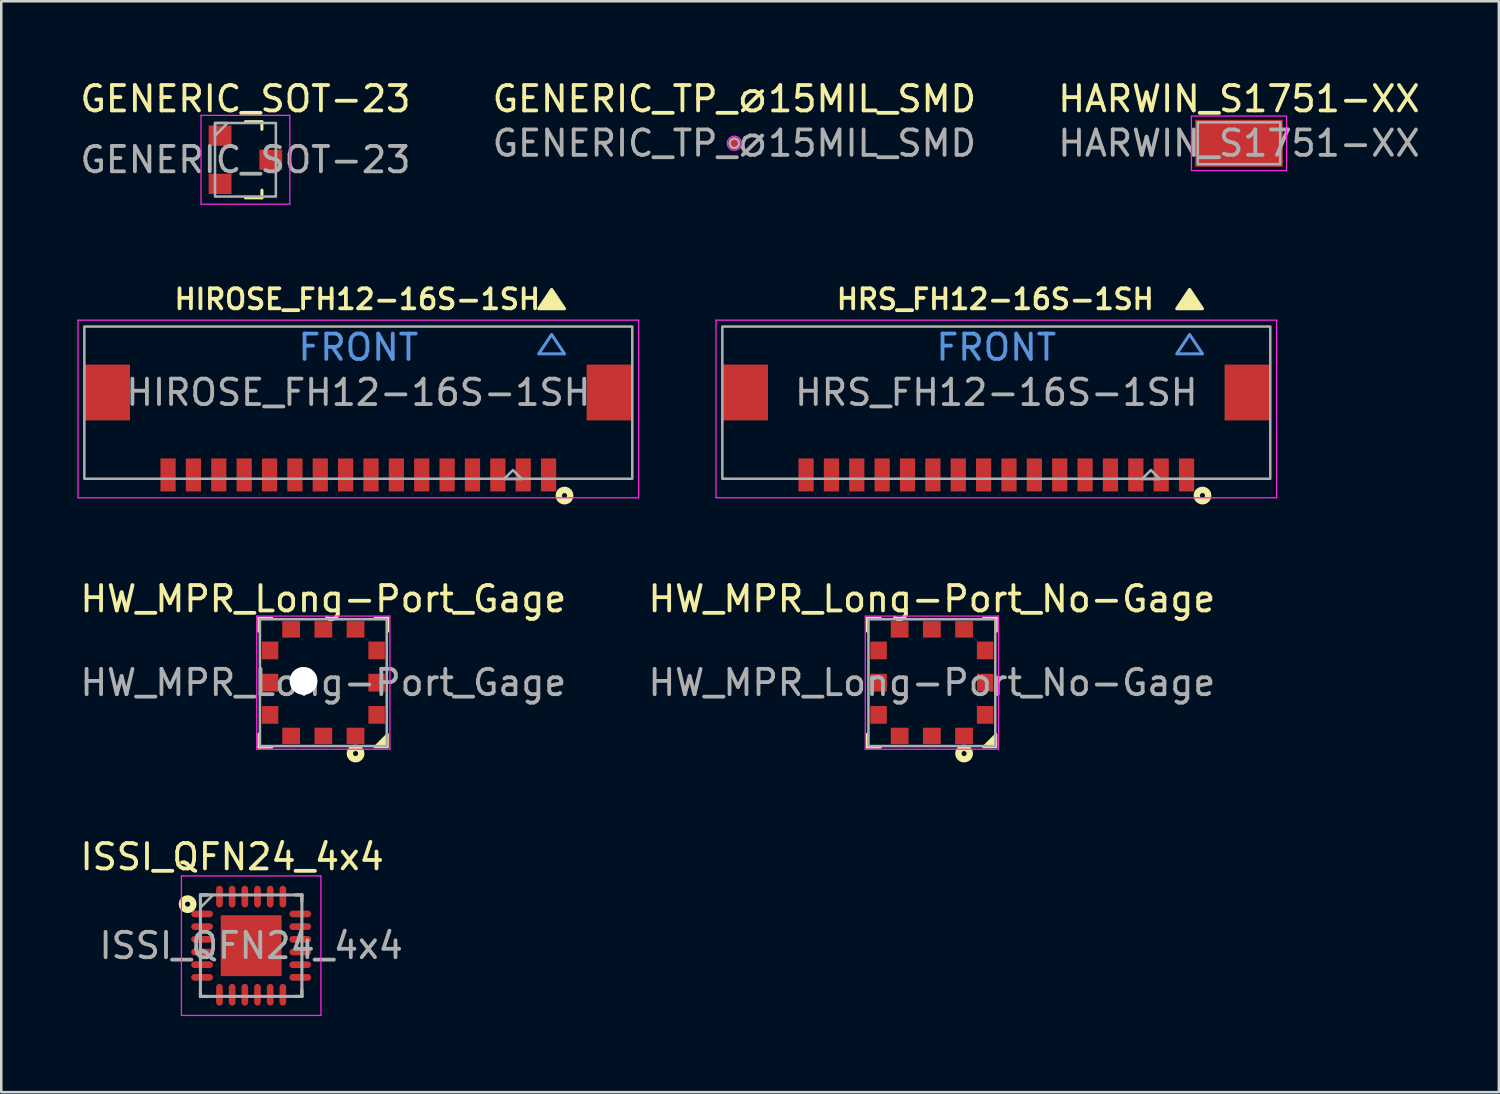
<source format=kicad_pcb>
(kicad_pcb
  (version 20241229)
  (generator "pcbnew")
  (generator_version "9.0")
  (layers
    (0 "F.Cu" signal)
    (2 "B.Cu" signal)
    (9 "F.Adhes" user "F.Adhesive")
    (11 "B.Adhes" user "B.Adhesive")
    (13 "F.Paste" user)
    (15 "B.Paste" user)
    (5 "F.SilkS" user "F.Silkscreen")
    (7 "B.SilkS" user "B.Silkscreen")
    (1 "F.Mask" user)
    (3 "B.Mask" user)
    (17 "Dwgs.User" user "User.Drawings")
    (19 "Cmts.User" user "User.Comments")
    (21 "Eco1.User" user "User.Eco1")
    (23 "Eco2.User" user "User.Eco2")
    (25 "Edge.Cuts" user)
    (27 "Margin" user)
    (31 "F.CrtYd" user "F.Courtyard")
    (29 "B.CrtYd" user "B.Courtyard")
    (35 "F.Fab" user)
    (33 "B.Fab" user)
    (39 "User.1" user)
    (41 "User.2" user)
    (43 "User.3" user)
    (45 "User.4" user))
  (footprint "GENERIC_TP_⌀15MIL_SMD"
    (layer "F.Cu")
    (at 25.899 2.598)
    (property "Reference" "GENERIC_TP_⌀15MIL_SMD" (at 0 -1.75 0) (unlocked yes) (layer "F.SilkS") (effects (font (size 1 1) (thickness 0.15))))
    (attr smd exclude_from_bom)
    (fp_circle (center 0 0) (end 0.279 0) (stroke (width 0.05) (type default)) (fill no) (layer "F.CrtYd"))
    (fp_circle (center 0 0) (end 0.191 0) (stroke (width 0.1) (type default)) (fill no) (layer "F.Fab"))
    (fp_text user "${REFERENCE}" (at 0 0 0) (unlocked yes) (layer "F.Fab") (effects (font (size 1 1) (thickness 0.15))))
    (pad "1" smd circle (at 0 0) (size 0.381 0.381) (layers "F.Cu" "F.Mask")))
  (footprint "ISSI_QFN24_4x4"
    (layer "F.Cu")
    (at 6.851 34.229)
    (property "Reference" "ISSI_QFN24_4x4" (at -0.75 -3.5 0) (unlocked yes) (layer "F.SilkS") (effects (font (size 1 1) (thickness 0.15))))
    (attr smd)
    (fp_line (start -2 -2) (end -1.75 -2) (stroke (width 0.12) (type solid)) (layer "F.SilkS"))
    (fp_line (start -2 -1.75) (end -2 -2) (stroke (width 0.12) (type solid)) (layer "F.SilkS"))
    (fp_line (start -2 2) (end -2 1.75) (stroke (width 0.12) (type solid)) (layer "F.SilkS"))
    (fp_line (start -1.75 2) (end -2 2) (stroke (width 0.12) (type solid)) (layer "F.SilkS"))
    (fp_line (start 1.75 -2) (end 2 -2) (stroke (width 0.12) (type solid)) (layer "F.SilkS"))
    (fp_line (start 2 -2) (end 2 -1.75) (stroke (width 0.12) (type solid)) (layer "F.SilkS"))
    (fp_line (start 2 1.75) (end 2 2) (stroke (width 0.12) (type solid)) (layer "F.SilkS"))
    (fp_line (start 2 2) (end 1.75 2) (stroke (width 0.12) (type solid)) (layer "F.SilkS"))
    (fp_circle (center -2.504 -1.636) (end -2.404 -1.636) (stroke (width 0.25) (type solid)) (fill no) (layer "F.SilkS"))
    (fp_rect (start -1 -1) (end -0.25 -0.25) (stroke (width 0.05) (type solid)) (fill yes) (layer "F.Paste"))
    (fp_rect (start -1 0.25) (end -0.25 1) (stroke (width 0.05) (type solid)) (fill yes) (layer "F.Paste"))
    (fp_rect (start 0.25 -1) (end 1 -0.25) (stroke (width 0.05) (type solid)) (fill yes) (layer "F.Paste"))
    (fp_rect (start 0.25 0.25) (end 1 1) (stroke (width 0.05) (type solid)) (fill yes) (layer "F.Paste"))
    (fp_line (start -2.75 2.75) (end -2.75 -2.75) (stroke (width 0.05) (type solid)) (layer "F.CrtYd"))
    (fp_line (start 2.75 -2.75) (end -2.75 -2.75) (stroke (width 0.05) (type solid)) (layer "F.CrtYd"))
    (fp_line (start 2.75 2.75) (end -2.75 2.75) (stroke (width 0.05) (type solid)) (layer "F.CrtYd"))
    (fp_line (start 2.75 2.75) (end 2.75 -2.75) (stroke (width 0.05) (type solid)) (layer "F.CrtYd"))
    (fp_line (start -2 -2) (end -2 2) (stroke (width 0.12) (type solid)) (layer "F.Fab"))
    (fp_line (start 2 -2) (end -2 -2) (stroke (width 0.12) (type solid)) (layer "F.Fab"))
    (fp_line (start 2 -2) (end 2 2) (stroke (width 0.12) (type solid)) (layer "F.Fab"))
    (fp_line (start 2 2) (end -2 2) (stroke (width 0.12) (type solid)) (layer "F.Fab"))
    (fp_poly (pts (xy -2 -1.5) (xy -2 -2) (xy -1.5 -2)) (stroke (width 0.1) (type solid)) (fill no) (layer "F.Fab"))
    (fp_text user "${REFERENCE}" (at 0 0 0) (unlocked yes) (layer "F.Fab") (effects (font (size 1 1) (thickness 0.15))))
    (pad "1" smd roundrect (at -1.935 -1.25) (size 0.86 0.264) (layers "F.Cu" "F.Mask" "F.Paste") (roundrect_rratio 0.5))
    (pad "2" smd roundrect (at -1.935 -0.75) (size 0.86 0.264) (layers "F.Cu" "F.Mask" "F.Paste") (roundrect_rratio 0.5))
    (pad "3" smd roundrect (at -1.935 -0.25) (size 0.86 0.264) (layers "F.Cu" "F.Mask" "F.Paste") (roundrect_rratio 0.5))
    (pad "4" smd roundrect (at -1.935 0.25) (size 0.86 0.264) (layers "F.Cu" "F.Mask" "F.Paste") (roundrect_rratio 0.5))
    (pad "5" smd roundrect (at -1.935 0.75) (size 0.86 0.264) (layers "F.Cu" "F.Mask" "F.Paste") (roundrect_rratio 0.5))
    (pad "6" smd roundrect (at -1.935 1.25) (size 0.86 0.264) (layers "F.Cu" "F.Mask" "F.Paste") (roundrect_rratio 0.5))
    (pad "7" smd roundrect (at -1.25 1.935 270) (size 0.86 0.264) (layers "F.Cu" "F.Mask" "F.Paste") (roundrect_rratio 0.5))
    (pad "8" smd roundrect (at -0.75 1.935 270) (size 0.86 0.264) (layers "F.Cu" "F.Mask" "F.Paste") (roundrect_rratio 0.5))
    (pad "9" smd roundrect (at -0.25 1.935 270) (size 0.86 0.264) (layers "F.Cu" "F.Mask" "F.Paste") (roundrect_rratio 0.5))
    (pad "10" smd roundrect (at 0.25 1.935 270) (size 0.86 0.264) (layers "F.Cu" "F.Mask" "F.Paste") (roundrect_rratio 0.5))
    (pad "11" smd roundrect (at 0.75 1.935 270) (size 0.86 0.264) (layers "F.Cu" "F.Mask" "F.Paste") (roundrect_rratio 0.5))
    (pad "12" smd roundrect (at 1.25 1.935 270) (size 0.86 0.264) (layers "F.Cu" "F.Mask" "F.Paste") (roundrect_rratio 0.5))
    (pad "13" smd roundrect (at 1.935 1.25 180) (size 0.86 0.264) (layers "F.Cu" "F.Mask" "F.Paste") (roundrect_rratio 0.5))
    (pad "14" smd roundrect (at 1.935 0.75 180) (size 0.86 0.264) (layers "F.Cu" "F.Mask" "F.Paste") (roundrect_rratio 0.5))
    (pad "15" smd roundrect (at 1.935 0.25 180) (size 0.86 0.264) (layers "F.Cu" "F.Mask" "F.Paste") (roundrect_rratio 0.5))
    (pad "16" smd roundrect (at 1.935 -0.25 180) (size 0.86 0.264) (layers "F.Cu" "F.Mask" "F.Paste") (roundrect_rratio 0.5))
    (pad "17" smd roundrect (at 1.935 -0.75 180) (size 0.86 0.264) (layers "F.Cu" "F.Mask" "F.Paste") (roundrect_rratio 0.5))
    (pad "18" smd roundrect (at 1.935 -1.25 180) (size 0.86 0.264) (layers "F.Cu" "F.Mask" "F.Paste") (roundrect_rratio 0.5))
    (pad "19" smd roundrect (at 1.25 -1.935 270) (size 0.86 0.264) (layers "F.Cu" "F.Mask" "F.Paste") (roundrect_rratio 0.5))
    (pad "20" smd roundrect (at 0.75 -1.935 270) (size 0.86 0.264) (layers "F.Cu" "F.Mask" "F.Paste") (roundrect_rratio 0.5))
    (pad "21" smd roundrect (at 0.25 -1.935 270) (size 0.86 0.264) (layers "F.Cu" "F.Mask" "F.Paste") (roundrect_rratio 0.5))
    (pad "22" smd roundrect (at -0.25 -1.935 270) (size 0.86 0.264) (layers "F.Cu" "F.Mask" "F.Paste") (roundrect_rratio 0.5))
    (pad "23" smd roundrect (at -0.75 -1.935 270) (size 0.86 0.264) (layers "F.Cu" "F.Mask" "F.Paste") (roundrect_rratio 0.5))
    (pad "24" smd roundrect (at -1.25 -1.935 270) (size 0.86 0.264) (layers "F.Cu" "F.Mask" "F.Paste") (roundrect_rratio 0.5))
    (pad "PAD" smd rect (at 0 0) (size 2.4 2.4) (layers "F.Cu" "F.Mask")))
  (footprint "GENERIC_SOT-23"
    (layer "F.Cu")
    (at 6.625 3.248)
    (property "Reference" "GENERIC_SOT-23" (at 0 -2.4 0) (unlocked yes) (layer "F.SilkS") (effects (font (size 1 1) (thickness 0.15))))
    (attr smd)
    (fp_line (start 0 -1.5) (end 0.65 -1.5) (stroke (width 0.12) (type solid)) (layer "F.SilkS"))
    (fp_line (start 0.65 -1.5) (end 0.65 -1.2) (stroke (width 0.12) (type solid)) (layer "F.SilkS"))
    (fp_line (start 0.65 1.5) (end 0 1.5) (stroke (width 0.12) (type solid)) (layer "F.SilkS"))
    (fp_line (start 0.65 1.5) (end 0.65 1.2) (stroke (width 0.12) (type solid)) (layer "F.SilkS"))
    (fp_line (start -1.75 1.75) (end -1.75 -1.75) (stroke (width 0.05) (type solid)) (layer "F.CrtYd"))
    (fp_line (start 1.75 -1.75) (end -1.75 -1.75) (stroke (width 0.05) (type solid)) (layer "F.CrtYd"))
    (fp_line (start 1.75 1.75) (end -1.75 1.75) (stroke (width 0.05) (type solid)) (layer "F.CrtYd"))
    (fp_line (start 1.75 1.75) (end 1.75 -1.75) (stroke (width 0.05) (type solid)) (layer "F.CrtYd"))
    (fp_rect (start -1.2 -1.45) (end 1.2 1.45) (stroke (width 0.1) (type solid)) (fill no) (layer "F.Fab"))
    (fp_poly (pts (xy -1.2 -0.95) (xy -1.2 -1.45) (xy -0.7 -1.45)) (stroke (width 0.1) (type solid)) (fill no) (layer "F.Fab"))
    (fp_text user "${REFERENCE}" (at 0 0 0) (unlocked yes) (layer "F.Fab") (effects (font (size 1 1) (thickness 0.15))))
    (pad "1" smd rect (at -1 -0.95) (size 0.9 0.8) (layers "F.Cu" "F.Mask" "F.Paste"))
    (pad "2" smd rect (at -1 0.95) (size 0.9 0.8) (layers "F.Cu" "F.Mask" "F.Paste"))
    (pad "3" smd rect (at 1 0) (size 0.9 0.8) (layers "F.Cu" "F.Mask" "F.Paste")))
  (footprint "HW_MPR_Long-Port_Gage"
    (layer "F.Cu")
    (at 9.696 23.861)
    (property "Reference" "HW_MPR_Long-Port_Gage" (at 0 -3.302 0) (unlocked yes) (layer "F.SilkS") (effects (font (size 1 1) (thickness 0.15))))
    (attr smd)
    (fp_line (start -2.54 -2.54) (end -2.54 -2.032) (stroke (width 0.12) (type default)) (layer "F.SilkS"))
    (fp_line (start -2.54 2.54) (end -2.54 2.032) (stroke (width 0.12) (type default)) (layer "F.SilkS"))
    (fp_line (start -2.032 -2.54) (end -2.54 -2.54) (stroke (width 0.12) (type default)) (layer "F.SilkS"))
    (fp_line (start -2.032 2.54) (end -2.54 2.54) (stroke (width 0.12) (type default)) (layer "F.SilkS"))
    (fp_line (start 2.032 -2.54) (end 2.54 -2.54) (stroke (width 0.12) (type default)) (layer "F.SilkS"))
    (fp_line (start 2.54 -2.54) (end 2.54 -2.032) (stroke (width 0.12) (type default)) (layer "F.SilkS"))
    (fp_circle (center 1.27 2.794) (end 1.37 2.794) (stroke (width 0.25) (type solid)) (fill no) (layer "F.SilkS"))
    (fp_poly (pts (xy 2.532 2.04) (xy 2.532 2.54) (xy 2.032 2.54)) (stroke (width 0.1) (type solid)) (fill yes) (layer "F.SilkS"))
    (fp_line (start -2.625 -2.625) (end 2.625 -2.625) (stroke (width 0.05) (type solid)) (layer "F.CrtYd"))
    (fp_line (start -2.625 2.625) (end -2.625 -2.625) (stroke (width 0.05) (type solid)) (layer "F.CrtYd"))
    (fp_line (start -2.625 2.625) (end 2.625 2.625) (stroke (width 0.05) (type solid)) (layer "F.CrtYd"))
    (fp_line (start 2.625 2.625) (end 2.625 -2.625) (stroke (width 0.05) (type solid)) (layer "F.CrtYd"))
    (fp_rect (start -2.5 2.5) (end 2.5 -2.5) (stroke (width 0.1) (type solid)) (fill no) (layer "F.Fab"))
    (fp_text user "${REFERENCE}" (at 0 0 0) (unlocked yes) (layer "F.Fab") (effects (font (size 1 1) (thickness 0.15))))
    (pad "" np_thru_hole circle (at -0.78 -0.07) (size 1.1 1.1) (drill 1.1) (layers "*.Cu" "*.Mask"))
    (pad "1" smd rect (at 1.27 2.1) (size 0.7 0.65) (layers "F.Cu" "F.Mask" "F.Paste"))
    (pad "2" smd rect (at 0 2.1) (size 0.7 0.65) (layers "F.Cu" "F.Mask" "F.Paste"))
    (pad "3" smd rect (at -1.27 2.1) (size 0.7 0.65) (layers "F.Cu" "F.Mask" "F.Paste"))
    (pad "4" smd rect (at -2.1 1.27 270) (size 0.7 0.65) (layers "F.Cu" "F.Mask" "F.Paste"))
    (pad "5" smd rect (at -2.1 0 270) (size 0.7 0.65) (layers "F.Cu" "F.Mask" "F.Paste"))
    (pad "6" smd rect (at -2.1 -1.27 270) (size 0.7 0.65) (layers "F.Cu" "F.Mask" "F.Paste"))
    (pad "7" smd rect (at -1.27 -2.1 180) (size 0.7 0.65) (layers "F.Cu" "F.Mask" "F.Paste"))
    (pad "8" smd rect (at 0 -2.1 180) (size 0.7 0.65) (layers "F.Cu" "F.Mask" "F.Paste"))
    (pad "9" smd rect (at 1.27 -2.1 180) (size 0.7 0.65) (layers "F.Cu" "F.Mask" "F.Paste"))
    (pad "10" smd rect (at 2.1 -1.27 90) (size 0.7 0.65) (layers "F.Cu" "F.Mask" "F.Paste"))
    (pad "11" smd rect (at 2.1 0 90) (size 0.7 0.65) (layers "F.Cu" "F.Mask" "F.Paste"))
    (pad "12" smd rect (at 2.1 1.27 90) (size 0.7 0.65) (layers "F.Cu" "F.Mask" "F.Paste")))
  (footprint "HIROSE_FH12-16S-1SH"
    (layer "F.Cu")
    (at 11.075 12.422)
    (property "Reference" "HIROSE_FH12-16S-1SH" (at -0.04 -3.675 0) (layer "F.SilkS") (effects (font (size 0.787 0.787) (thickness 0.15))))
    (attr smd)
    (fp_circle (center 8.128 4.064) (end 8.228 4.064) (stroke (width 0.25) (type solid)) (fill no) (layer "F.SilkS"))
    (fp_poly (pts (xy 7.62 -4.064) (xy 7.112 -3.302) (xy 8.128 -3.302)) (stroke (width 0.12) (type solid)) (fill yes) (layer "F.SilkS"))
    (fp_poly (pts (xy 7.62 -2.286) (xy 7.112 -1.524) (xy 8.128 -1.524)) (stroke (width 0.12) (type solid)) (fill no) (layer "Cmts.User"))
    (fp_line (start -11.05 -2.85) (end 11.05 -2.85) (stroke (width 0.05) (type solid)) (layer "F.CrtYd"))
    (fp_line (start -11.05 4.15) (end -11.05 -2.85) (stroke (width 0.05) (type solid)) (layer "F.CrtYd"))
    (fp_line (start -11.05 4.15) (end 11.05 4.15) (stroke (width 0.05) (type solid)) (layer "F.CrtYd"))
    (fp_line (start 11.05 4.15) (end 11.05 -2.85) (stroke (width 0.05) (type solid)) (layer "F.CrtYd"))
    (fp_rect (start -10.8 -2.6) (end 10.8 3.4) (stroke (width 0.1) (type solid)) (fill no) (layer "F.Fab"))
    (fp_poly (pts (xy 5.741 3.414) (xy 6.095 3.06) (xy 6.449 3.414)) (stroke (width 0.1) (type solid)) (fill no) (layer "F.Fab"))
    (fp_text user "FRONT" (at 0 -1.778 0) (unlocked yes) (layer "Cmts.User") (effects (font (size 1 1) (thickness 0.15))))
    (fp_text user "${REFERENCE}" (at 0 0 0) (unlocked yes) (layer "F.Fab") (effects (font (size 1 1) (thickness 0.15))))
    (pad "1" smd rect (at 7.5 3.25) (size 0.6 1.3) (layers "F.Cu" "F.Mask" "F.Paste"))
    (pad "2" smd rect (at 6.5 3.25) (size 0.6 1.3) (layers "F.Cu" "F.Mask" "F.Paste"))
    (pad "3" smd rect (at 5.5 3.25) (size 0.6 1.3) (layers "F.Cu" "F.Mask" "F.Paste"))
    (pad "4" smd rect (at 4.5 3.25) (size 0.6 1.3) (layers "F.Cu" "F.Mask" "F.Paste"))
    (pad "5" smd rect (at 3.5 3.25) (size 0.6 1.3) (layers "F.Cu" "F.Mask" "F.Paste"))
    (pad "6" smd rect (at 2.5 3.25) (size 0.6 1.3) (layers "F.Cu" "F.Mask" "F.Paste"))
    (pad "7" smd rect (at 1.5 3.25) (size 0.6 1.3) (layers "F.Cu" "F.Mask" "F.Paste"))
    (pad "8" smd rect (at 0.5 3.25) (size 0.6 1.3) (layers "F.Cu" "F.Mask" "F.Paste"))
    (pad "9" smd rect (at -0.5 3.25) (size 0.6 1.3) (layers "F.Cu" "F.Mask" "F.Paste"))
    (pad "10" smd rect (at -1.5 3.25) (size 0.6 1.3) (layers "F.Cu" "F.Mask" "F.Paste"))
    (pad "11" smd rect (at -2.5 3.25) (size 0.6 1.3) (layers "F.Cu" "F.Mask" "F.Paste"))
    (pad "12" smd rect (at -3.5 3.25) (size 0.6 1.3) (layers "F.Cu" "F.Mask" "F.Paste"))
    (pad "13" smd rect (at -4.5 3.25) (size 0.6 1.3) (layers "F.Cu" "F.Mask" "F.Paste"))
    (pad "14" smd rect (at -5.5 3.25) (size 0.6 1.3) (layers "F.Cu" "F.Mask" "F.Paste"))
    (pad "15" smd rect (at -6.5 3.25) (size 0.6 1.3) (layers "F.Cu" "F.Mask" "F.Paste"))
    (pad "16" smd rect (at -7.5 3.25) (size 0.6 1.3) (layers "F.Cu" "F.Mask" "F.Paste"))
    (pad "MP1" smd rect (at 9.9 0) (size 1.8 2.2) (layers "F.Cu" "F.Mask" "F.Paste"))
    (pad "MP2" smd rect (at -9.9 0) (size 1.8 2.2) (layers "F.Cu" "F.Mask" "F.Paste")))
  (footprint "HARWIN_S1751-XX"
    (layer "F.Cu")
    (at 45.792 2.598)
    (property "Reference" "HARWIN_S1751-XX" (at 0 -1.75 0) (unlocked yes) (layer "F.SilkS") (effects (font (size 1 1) (thickness 0.15))))
    (attr smd)
    (fp_rect (start -1.875 -1.075) (end 1.875 1.075) (stroke (width 0.05) (type solid)) (fill no) (layer "F.CrtYd"))
    (fp_rect (start -1.625 -0.825) (end 1.625 0.825) (stroke (width 0.1) (type solid)) (fill no) (layer "F.Fab"))
    (fp_text user "${REFERENCE}" (at 0 0 0) (unlocked yes) (layer "F.Fab") (effects (font (size 1 1) (thickness 0.15))))
    (pad "1" smd rect (at 0 0) (size 3.45 1.85) (layers "F.Cu" "F.Mask" "F.Paste")))
  (footprint "HW_MPR_Long-Port_No-Gage"
    (layer "F.Cu")
    (at 33.685 23.861)
    (property "Reference" "HW_MPR_Long-Port_No-Gage" (at 0 -3.302 0) (unlocked yes) (layer "F.SilkS") (effects (font (size 1 1) (thickness 0.15))))
    (attr smd)
    (fp_line (start -2.54 -2.54) (end -2.54 -2.032) (stroke (width 0.12) (type default)) (layer "F.SilkS"))
    (fp_line (start -2.54 2.54) (end -2.54 2.032) (stroke (width 0.12) (type default)) (layer "F.SilkS"))
    (fp_line (start -2.032 -2.54) (end -2.54 -2.54) (stroke (width 0.12) (type default)) (layer "F.SilkS"))
    (fp_line (start -2.032 2.54) (end -2.54 2.54) (stroke (width 0.12) (type default)) (layer "F.SilkS"))
    (fp_line (start 2.032 -2.54) (end 2.54 -2.54) (stroke (width 0.12) (type default)) (layer "F.SilkS"))
    (fp_line (start 2.54 -2.54) (end 2.54 -2.032) (stroke (width 0.12) (type default)) (layer "F.SilkS"))
    (fp_circle (center 1.27 2.794) (end 1.37 2.794) (stroke (width 0.25) (type solid)) (fill no) (layer "F.SilkS"))
    (fp_poly (pts (xy 2.532 2.04) (xy 2.532 2.54) (xy 2.032 2.54)) (stroke (width 0.1) (type solid)) (fill yes) (layer "F.SilkS"))
    (fp_line (start -2.625 -2.625) (end 2.625 -2.625) (stroke (width 0.05) (type solid)) (layer "F.CrtYd"))
    (fp_line (start -2.625 2.625) (end -2.625 -2.625) (stroke (width 0.05) (type solid)) (layer "F.CrtYd"))
    (fp_line (start -2.625 2.625) (end 2.625 2.625) (stroke (width 0.05) (type solid)) (layer "F.CrtYd"))
    (fp_line (start 2.625 2.625) (end 2.625 -2.625) (stroke (width 0.05) (type solid)) (layer "F.CrtYd"))
    (fp_rect (start -2.5 2.5) (end 2.5 -2.5) (stroke (width 0.1) (type solid)) (fill no) (layer "F.Fab"))
    (fp_text user "${REFERENCE}" (at 0 0 0) (unlocked yes) (layer "F.Fab") (effects (font (size 1 1) (thickness 0.15))))
    (pad "1" smd rect (at 1.27 2.1) (size 0.7 0.65) (layers "F.Cu" "F.Mask" "F.Paste"))
    (pad "2" smd rect (at 0 2.1) (size 0.7 0.65) (layers "F.Cu" "F.Mask" "F.Paste"))
    (pad "3" smd rect (at -1.27 2.1) (size 0.7 0.65) (layers "F.Cu" "F.Mask" "F.Paste"))
    (pad "4" smd rect (at -2.1 1.27 270) (size 0.7 0.65) (layers "F.Cu" "F.Mask" "F.Paste"))
    (pad "5" smd rect (at -2.1 0 270) (size 0.7 0.65) (layers "F.Cu" "F.Mask" "F.Paste"))
    (pad "6" smd rect (at -2.1 -1.27 270) (size 0.7 0.65) (layers "F.Cu" "F.Mask" "F.Paste"))
    (pad "7" smd rect (at -1.27 -2.1 180) (size 0.7 0.65) (layers "F.Cu" "F.Mask" "F.Paste"))
    (pad "8" smd rect (at 0 -2.1 180) (size 0.7 0.65) (layers "F.Cu" "F.Mask" "F.Paste"))
    (pad "9" smd rect (at 1.27 -2.1 180) (size 0.7 0.65) (layers "F.Cu" "F.Mask" "F.Paste"))
    (pad "10" smd rect (at 2.1 -1.27 90) (size 0.7 0.65) (layers "F.Cu" "F.Mask" "F.Paste"))
    (pad "11" smd rect (at 2.1 0 90) (size 0.7 0.65) (layers "F.Cu" "F.Mask" "F.Paste"))
    (pad "12" smd rect (at 2.1 1.27 90) (size 0.7 0.65) (layers "F.Cu" "F.Mask" "F.Paste")))
  (footprint "HRS_FH12-16S-1SH"
    (layer "F.Cu")
    (at 36.225 12.422)
    (property "Reference" "HRS_FH12-16S-1SH" (at -0.04 -3.675 0) (layer "F.SilkS") (effects (font (size 0.787 0.787) (thickness 0.15))))
    (attr smd)
    (fp_circle (center 8.128 4.064) (end 8.228 4.064) (stroke (width 0.25) (type solid)) (fill no) (layer "F.SilkS"))
    (fp_poly (pts (xy 7.62 -4.064) (xy 7.112 -3.302) (xy 8.128 -3.302)) (stroke (width 0.12) (type solid)) (fill yes) (layer "F.SilkS"))
    (fp_poly (pts (xy 7.62 -2.286) (xy 7.112 -1.524) (xy 8.128 -1.524)) (stroke (width 0.12) (type solid)) (fill no) (layer "Cmts.User"))
    (fp_line (start -11.05 -2.85) (end 11.05 -2.85) (stroke (width 0.05) (type solid)) (layer "F.CrtYd"))
    (fp_line (start -11.05 4.15) (end -11.05 -2.85) (stroke (width 0.05) (type solid)) (layer "F.CrtYd"))
    (fp_line (start -11.05 4.15) (end 11.05 4.15) (stroke (width 0.05) (type solid)) (layer "F.CrtYd"))
    (fp_line (start 11.05 4.15) (end 11.05 -2.85) (stroke (width 0.05) (type solid)) (layer "F.CrtYd"))
    (fp_rect (start -10.8 -2.6) (end 10.8 3.4) (stroke (width 0.1) (type solid)) (fill no) (layer "F.Fab"))
    (fp_poly (pts (xy 5.741 3.414) (xy 6.095 3.06) (xy 6.449 3.414)) (stroke (width 0.1) (type solid)) (fill no) (layer "F.Fab"))
    (fp_text user "FRONT" (at 0 -1.778 0) (unlocked yes) (layer "Cmts.User") (effects (font (size 1 1) (thickness 0.15))))
    (fp_text user "${REFERENCE}" (at 0 0 0) (unlocked yes) (layer "F.Fab") (effects (font (size 1 1) (thickness 0.15))))
    (pad "1" smd rect (at 7.5 3.25) (size 0.6 1.3) (layers "F.Cu" "F.Mask" "F.Paste"))
    (pad "2" smd rect (at 6.5 3.25) (size 0.6 1.3) (layers "F.Cu" "F.Mask" "F.Paste"))
    (pad "3" smd rect (at 5.5 3.25) (size 0.6 1.3) (layers "F.Cu" "F.Mask" "F.Paste"))
    (pad "4" smd rect (at 4.5 3.25) (size 0.6 1.3) (layers "F.Cu" "F.Mask" "F.Paste"))
    (pad "5" smd rect (at 3.5 3.25) (size 0.6 1.3) (layers "F.Cu" "F.Mask" "F.Paste"))
    (pad "6" smd rect (at 2.5 3.25) (size 0.6 1.3) (layers "F.Cu" "F.Mask" "F.Paste"))
    (pad "7" smd rect (at 1.5 3.25) (size 0.6 1.3) (layers "F.Cu" "F.Mask" "F.Paste"))
    (pad "8" smd rect (at 0.5 3.25) (size 0.6 1.3) (layers "F.Cu" "F.Mask" "F.Paste"))
    (pad "9" smd rect (at -0.5 3.25) (size 0.6 1.3) (layers "F.Cu" "F.Mask" "F.Paste"))
    (pad "10" smd rect (at -1.5 3.25) (size 0.6 1.3) (layers "F.Cu" "F.Mask" "F.Paste"))
    (pad "11" smd rect (at -2.5 3.25) (size 0.6 1.3) (layers "F.Cu" "F.Mask" "F.Paste"))
    (pad "12" smd rect (at -3.5 3.25) (size 0.6 1.3) (layers "F.Cu" "F.Mask" "F.Paste"))
    (pad "13" smd rect (at -4.5 3.25) (size 0.6 1.3) (layers "F.Cu" "F.Mask" "F.Paste"))
    (pad "14" smd rect (at -5.5 3.25) (size 0.6 1.3) (layers "F.Cu" "F.Mask" "F.Paste"))
    (pad "15" smd rect (at -6.5 3.25) (size 0.6 1.3) (layers "F.Cu" "F.Mask" "F.Paste"))
    (pad "16" smd rect (at -7.5 3.25) (size 0.6 1.3) (layers "F.Cu" "F.Mask" "F.Paste"))
    (pad "MP1" smd rect (at 9.9 0) (size 1.8 2.2) (layers "F.Cu" "F.Mask" "F.Paste"))
    (pad "MP2" smd rect (at -9.9 0) (size 1.8 2.2) (layers "F.Cu" "F.Mask" "F.Paste")))
  (gr_rect
    (start -3 -3)
    (end 56.036 40.004)
    (stroke (width 0.1) (type default))
    (fill no)
    (layer "Edge.Cuts")))
</source>
